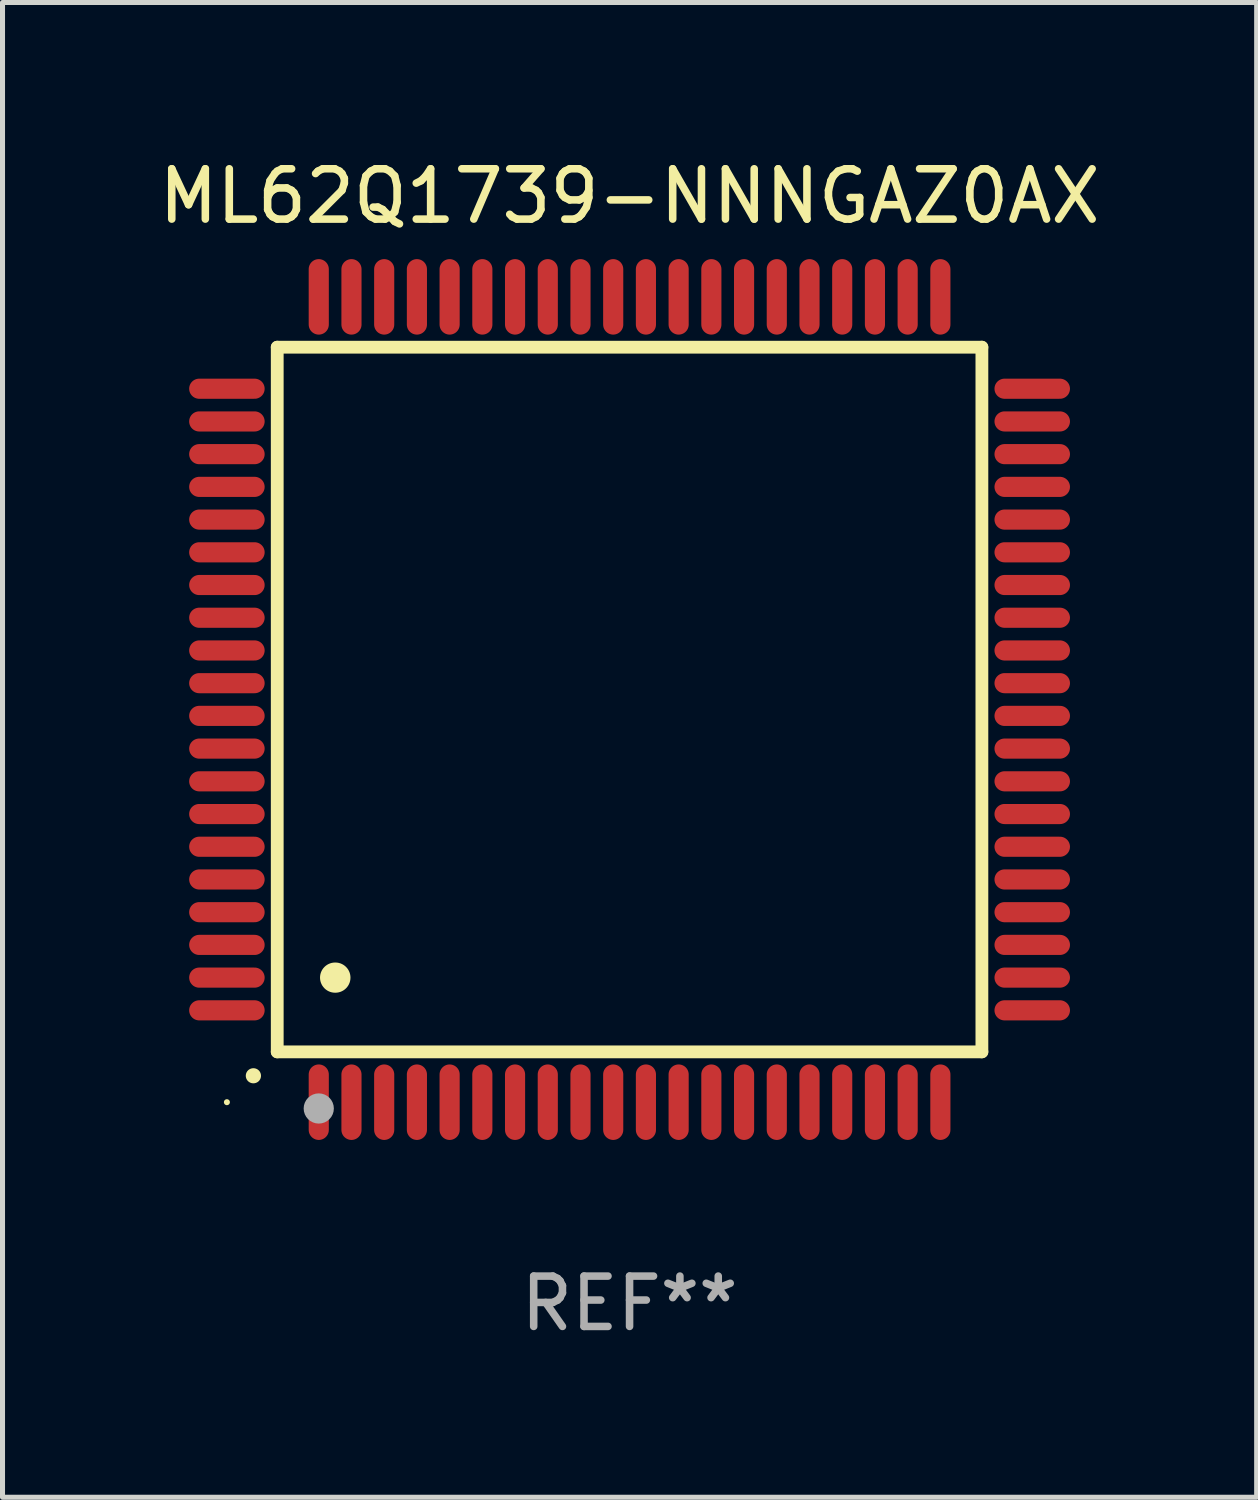
<source format=kicad_pcb>
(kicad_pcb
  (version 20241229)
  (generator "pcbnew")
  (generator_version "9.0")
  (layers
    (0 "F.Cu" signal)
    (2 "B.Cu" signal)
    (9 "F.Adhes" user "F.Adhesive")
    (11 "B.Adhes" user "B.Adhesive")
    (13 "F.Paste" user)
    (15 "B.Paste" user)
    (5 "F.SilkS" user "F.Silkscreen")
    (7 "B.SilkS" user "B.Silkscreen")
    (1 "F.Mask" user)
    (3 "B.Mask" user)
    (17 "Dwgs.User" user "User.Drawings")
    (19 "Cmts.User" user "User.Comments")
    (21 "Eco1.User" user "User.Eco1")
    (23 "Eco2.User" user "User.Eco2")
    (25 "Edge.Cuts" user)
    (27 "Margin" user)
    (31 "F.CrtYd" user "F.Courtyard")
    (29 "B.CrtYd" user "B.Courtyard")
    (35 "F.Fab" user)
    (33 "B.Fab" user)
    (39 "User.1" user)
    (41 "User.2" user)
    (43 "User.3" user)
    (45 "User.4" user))
  (footprint "ML62Q1739-NNNGAZ0AX"
    (layer "F.Cu")
    (at 9.458 10.848)
    (property "Reference" "ML62Q1739-NNNGAZ0AX" (at 0 -10 0) (layer "F.SilkS") (effects (font (size 1 1) (thickness 0.15))))
    (attr through_hole)
    (fp_line (start -7 -7) (end -7 7) (stroke (width 0.254) (type solid)) (layer "F.SilkS"))
    (fp_line (start -7 -7) (end 7 -7) (stroke (width 0.254) (type solid)) (layer "F.SilkS"))
    (fp_line (start -7 7) (end 7 7) (stroke (width 0.254) (type solid)) (layer "F.SilkS"))
    (fp_line (start 7 -7) (end 7 7) (stroke (width 0.254) (type solid)) (layer "F.SilkS"))
    (fp_arc (start -7.475006 7.475006) (mid -7.473736 7.475001) (end -7.472466 7.475006) (stroke (width 0.3) (type solid)) (layer "F.SilkS"))
    (fp_arc (start -5.850013 5.525019) (mid -5.847473 5.525008) (end -5.844933 5.525019) (stroke (width 0.6) (type solid)) (layer "F.SilkS"))
    (fp_circle (center -8 8) (end -7.97 8) (stroke (width 0.06) (type solid)) (fill no) (layer "F.SilkS"))
    (fp_circle (center -6.175 8.125) (end -6.025 8.125) (stroke (width 0.3) (type solid)) (fill no) (layer "F.Fab"))
    (fp_text user "REF**" (at 0 12 0) (layer "F.Fab") (effects (font (size 1 1) (thickness 0.15))))
    (pad "1" smd oval (at -6.175 8 180) (size 0.4 1.5) (layers "F.Cu" "F.Mask" "F.Paste"))
    (pad "2" smd oval (at -5.525 8 180) (size 0.4 1.5) (layers "F.Cu" "F.Mask" "F.Paste"))
    (pad "3" smd oval (at -4.875 8 180) (size 0.4 1.5) (layers "F.Cu" "F.Mask" "F.Paste"))
    (pad "4" smd oval (at -4.225 8 180) (size 0.4 1.5) (layers "F.Cu" "F.Mask" "F.Paste"))
    (pad "5" smd oval (at -3.575 8 180) (size 0.4 1.5) (layers "F.Cu" "F.Mask" "F.Paste"))
    (pad "6" smd oval (at -2.925 8 180) (size 0.4 1.5) (layers "F.Cu" "F.Mask" "F.Paste"))
    (pad "7" smd oval (at -2.275 8 180) (size 0.4 1.5) (layers "F.Cu" "F.Mask" "F.Paste"))
    (pad "8" smd oval (at -1.625 8 180) (size 0.4 1.5) (layers "F.Cu" "F.Mask" "F.Paste"))
    (pad "9" smd oval (at -0.975 8 180) (size 0.4 1.5) (layers "F.Cu" "F.Mask" "F.Paste"))
    (pad "10" smd oval (at -0.325 8 180) (size 0.4 1.5) (layers "F.Cu" "F.Mask" "F.Paste"))
    (pad "11" smd oval (at 0.325 8 180) (size 0.4 1.5) (layers "F.Cu" "F.Mask" "F.Paste"))
    (pad "12" smd oval (at 0.975 8 180) (size 0.4 1.5) (layers "F.Cu" "F.Mask" "F.Paste"))
    (pad "13" smd oval (at 1.625 8 180) (size 0.4 1.5) (layers "F.Cu" "F.Mask" "F.Paste"))
    (pad "14" smd oval (at 2.275 8 180) (size 0.4 1.5) (layers "F.Cu" "F.Mask" "F.Paste"))
    (pad "15" smd oval (at 2.925 8 180) (size 0.4 1.5) (layers "F.Cu" "F.Mask" "F.Paste"))
    (pad "16" smd oval (at 3.575 8 180) (size 0.4 1.5) (layers "F.Cu" "F.Mask" "F.Paste"))
    (pad "17" smd oval (at 4.225 8 180) (size 0.4 1.5) (layers "F.Cu" "F.Mask" "F.Paste"))
    (pad "18" smd oval (at 4.875 8 180) (size 0.4 1.5) (layers "F.Cu" "F.Mask" "F.Paste"))
    (pad "19" smd oval (at 5.525 8 180) (size 0.4 1.5) (layers "F.Cu" "F.Mask" "F.Paste"))
    (pad "20" smd oval (at 6.175 8) (size 0.4 1.5) (layers "F.Cu" "F.Mask" "F.Paste"))
    (pad "21" smd oval (at 8 6.175 270) (size 0.4 1.5) (layers "F.Cu" "F.Mask" "F.Paste"))
    (pad "22" smd oval (at 8 5.525 90) (size 0.4 1.5) (layers "F.Cu" "F.Mask" "F.Paste"))
    (pad "23" smd oval (at 8 4.875 90) (size 0.4 1.5) (layers "F.Cu" "F.Mask" "F.Paste"))
    (pad "24" smd oval (at 8 4.225 90) (size 0.4 1.5) (layers "F.Cu" "F.Mask" "F.Paste"))
    (pad "25" smd oval (at 8 3.575 90) (size 0.4 1.5) (layers "F.Cu" "F.Mask" "F.Paste"))
    (pad "26" smd oval (at 8 2.925 90) (size 0.4 1.5) (layers "F.Cu" "F.Mask" "F.Paste"))
    (pad "27" smd oval (at 8 2.275 90) (size 0.4 1.5) (layers "F.Cu" "F.Mask" "F.Paste"))
    (pad "28" smd oval (at 8 1.625 90) (size 0.4 1.5) (layers "F.Cu" "F.Mask" "F.Paste"))
    (pad "29" smd oval (at 8 0.975 90) (size 0.4 1.5) (layers "F.Cu" "F.Mask" "F.Paste"))
    (pad "30" smd oval (at 8 0.325 90) (size 0.4 1.5) (layers "F.Cu" "F.Mask" "F.Paste"))
    (pad "31" smd oval (at 8 -0.325 90) (size 0.4 1.5) (layers "F.Cu" "F.Mask" "F.Paste"))
    (pad "32" smd oval (at 8 -0.975 90) (size 0.4 1.5) (layers "F.Cu" "F.Mask" "F.Paste"))
    (pad "33" smd oval (at 8 -1.625 90) (size 0.4 1.5) (layers "F.Cu" "F.Mask" "F.Paste"))
    (pad "34" smd oval (at 8 -2.275 90) (size 0.4 1.5) (layers "F.Cu" "F.Mask" "F.Paste"))
    (pad "35" smd oval (at 8 -2.925 90) (size 0.4 1.5) (layers "F.Cu" "F.Mask" "F.Paste"))
    (pad "36" smd oval (at 8 -3.575 90) (size 0.4 1.5) (layers "F.Cu" "F.Mask" "F.Paste"))
    (pad "37" smd oval (at 8 -4.225 90) (size 0.4 1.5) (layers "F.Cu" "F.Mask" "F.Paste"))
    (pad "38" smd oval (at 8 -4.875 90) (size 0.4 1.5) (layers "F.Cu" "F.Mask" "F.Paste"))
    (pad "39" smd oval (at 8 -5.525 90) (size 0.4 1.5) (layers "F.Cu" "F.Mask" "F.Paste"))
    (pad "40" smd oval (at 8 -6.175 90) (size 0.4 1.5) (layers "F.Cu" "F.Mask" "F.Paste"))
    (pad "41" smd oval (at 6.175 -8) (size 0.4 1.5) (layers "F.Cu" "F.Mask" "F.Paste"))
    (pad "42" smd oval (at 5.525 -8 180) (size 0.4 1.5) (layers "F.Cu" "F.Mask" "F.Paste"))
    (pad "43" smd oval (at 4.875 -8 180) (size 0.4 1.5) (layers "F.Cu" "F.Mask" "F.Paste"))
    (pad "44" smd oval (at 4.225 -8 180) (size 0.4 1.5) (layers "F.Cu" "F.Mask" "F.Paste"))
    (pad "45" smd oval (at 3.575 -8 180) (size 0.4 1.5) (layers "F.Cu" "F.Mask" "F.Paste"))
    (pad "46" smd oval (at 2.925 -8 180) (size 0.4 1.5) (layers "F.Cu" "F.Mask" "F.Paste"))
    (pad "47" smd oval (at 2.275 -8 180) (size 0.4 1.5) (layers "F.Cu" "F.Mask" "F.Paste"))
    (pad "48" smd oval (at 1.625 -8 180) (size 0.4 1.5) (layers "F.Cu" "F.Mask" "F.Paste"))
    (pad "49" smd oval (at 0.975 -8 180) (size 0.4 1.5) (layers "F.Cu" "F.Mask" "F.Paste"))
    (pad "50" smd oval (at 0.325 -8 180) (size 0.4 1.5) (layers "F.Cu" "F.Mask" "F.Paste"))
    (pad "51" smd oval (at -0.325 -8 180) (size 0.4 1.5) (layers "F.Cu" "F.Mask" "F.Paste"))
    (pad "52" smd oval (at -0.975 -8 180) (size 0.4 1.5) (layers "F.Cu" "F.Mask" "F.Paste"))
    (pad "53" smd oval (at -1.625 -8 180) (size 0.4 1.5) (layers "F.Cu" "F.Mask" "F.Paste"))
    (pad "54" smd oval (at -2.275 -8 180) (size 0.4 1.5) (layers "F.Cu" "F.Mask" "F.Paste"))
    (pad "55" smd oval (at -2.925 -8 180) (size 0.4 1.5) (layers "F.Cu" "F.Mask" "F.Paste"))
    (pad "56" smd oval (at -3.575 -8 180) (size 0.4 1.5) (layers "F.Cu" "F.Mask" "F.Paste"))
    (pad "57" smd oval (at -4.225 -8 180) (size 0.4 1.5) (layers "F.Cu" "F.Mask" "F.Paste"))
    (pad "58" smd oval (at -4.875 -8 180) (size 0.4 1.5) (layers "F.Cu" "F.Mask" "F.Paste"))
    (pad "59" smd oval (at -5.525 -8 180) (size 0.4 1.5) (layers "F.Cu" "F.Mask" "F.Paste"))
    (pad "60" smd oval (at -6.175 -8 180) (size 0.4 1.5) (layers "F.Cu" "F.Mask" "F.Paste"))
    (pad "61" smd oval (at -8 -6.175 90) (size 0.4 1.5) (layers "F.Cu" "F.Mask" "F.Paste"))
    (pad "62" smd oval (at -8 -5.525 90) (size 0.4 1.5) (layers "F.Cu" "F.Mask" "F.Paste"))
    (pad "63" smd oval (at -8 -4.875 90) (size 0.4 1.5) (layers "F.Cu" "F.Mask" "F.Paste"))
    (pad "64" smd oval (at -8 -4.225 90) (size 0.4 1.5) (layers "F.Cu" "F.Mask" "F.Paste"))
    (pad "65" smd oval (at -8 -3.575 90) (size 0.4 1.5) (layers "F.Cu" "F.Mask" "F.Paste"))
    (pad "66" smd oval (at -8 -2.925 90) (size 0.4 1.5) (layers "F.Cu" "F.Mask" "F.Paste"))
    (pad "67" smd oval (at -8 -2.275 90) (size 0.4 1.5) (layers "F.Cu" "F.Mask" "F.Paste"))
    (pad "68" smd oval (at -8 -1.625 90) (size 0.4 1.5) (layers "F.Cu" "F.Mask" "F.Paste"))
    (pad "69" smd oval (at -8 -0.975 90) (size 0.4 1.5) (layers "F.Cu" "F.Mask" "F.Paste"))
    (pad "70" smd oval (at -8 -0.325 90) (size 0.4 1.5) (layers "F.Cu" "F.Mask" "F.Paste"))
    (pad "71" smd oval (at -8 0.325 90) (size 0.4 1.5) (layers "F.Cu" "F.Mask" "F.Paste"))
    (pad "72" smd oval (at -8 0.975 90) (size 0.4 1.5) (layers "F.Cu" "F.Mask" "F.Paste"))
    (pad "73" smd oval (at -8 1.625 90) (size 0.4 1.5) (layers "F.Cu" "F.Mask" "F.Paste"))
    (pad "74" smd oval (at -8 2.275 90) (size 0.4 1.5) (layers "F.Cu" "F.Mask" "F.Paste"))
    (pad "75" smd oval (at -8 2.925 90) (size 0.4 1.5) (layers "F.Cu" "F.Mask" "F.Paste"))
    (pad "76" smd oval (at -8 3.575 90) (size 0.4 1.5) (layers "F.Cu" "F.Mask" "F.Paste"))
    (pad "77" smd oval (at -8 4.225 90) (size 0.4 1.5) (layers "F.Cu" "F.Mask" "F.Paste"))
    (pad "78" smd oval (at -8 4.875 90) (size 0.4 1.5) (layers "F.Cu" "F.Mask" "F.Paste"))
    (pad "79" smd oval (at -8 5.525 90) (size 0.4 1.5) (layers "F.Cu" "F.Mask" "F.Paste"))
    (pad "80" smd oval (at -8 6.175 270) (size 0.4 1.5) (layers "F.Cu" "F.Mask" "F.Paste")))
  (gr_rect
    (start -3 -3)
    (end 21.917 26.697)
    (stroke (width 0.1) (type default))
    (fill no)
    (layer "Edge.Cuts")))
</source>
